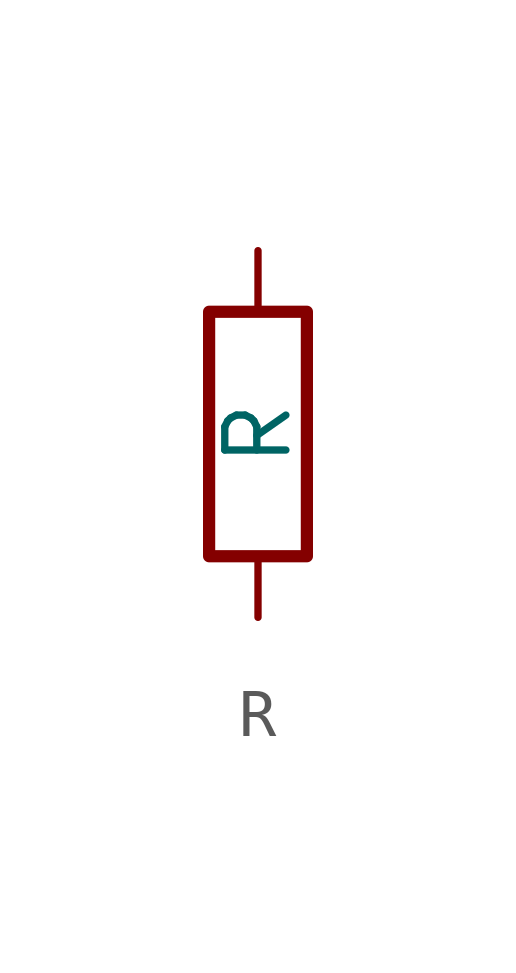
<source format=kicad_sym>
(kicad_symbol_lib
  (version 20211014)
  (generator kicad_symbol_editor)
  (symbol "R"
    (pin_numbers hide)
    (pin_names
      (offset 0))
    (property "Reference" "R"
      (at 2.032 0 90)
      (effects (font (size 1.27 1.27)) hide))
    (property "Value" "R"
      (at 0 0 90)
      (effects (font (size 1.27 1.27))))
    (symbol "R_0_1"
      (rectangle (start -1.016 -2.54) (end 1.016 2.54) (stroke (width 0.254) (type default) (color 0 0 0 0)) (fill (type none))))
    (symbol "R_1_1"
      (pin passive line (at 0 3.81 270) (length 1.27) (name "~" (effects (font (size 1.27 1.27)))) (number "1" (effects (font (size 1.27 1.27)))))
      (pin passive line (at 0 -3.81 90) (length 1.27) (name "~" (effects (font (size 1.27 1.27)))) (number "2" (effects (font (size 1.27 1.27))))))))
</source>
